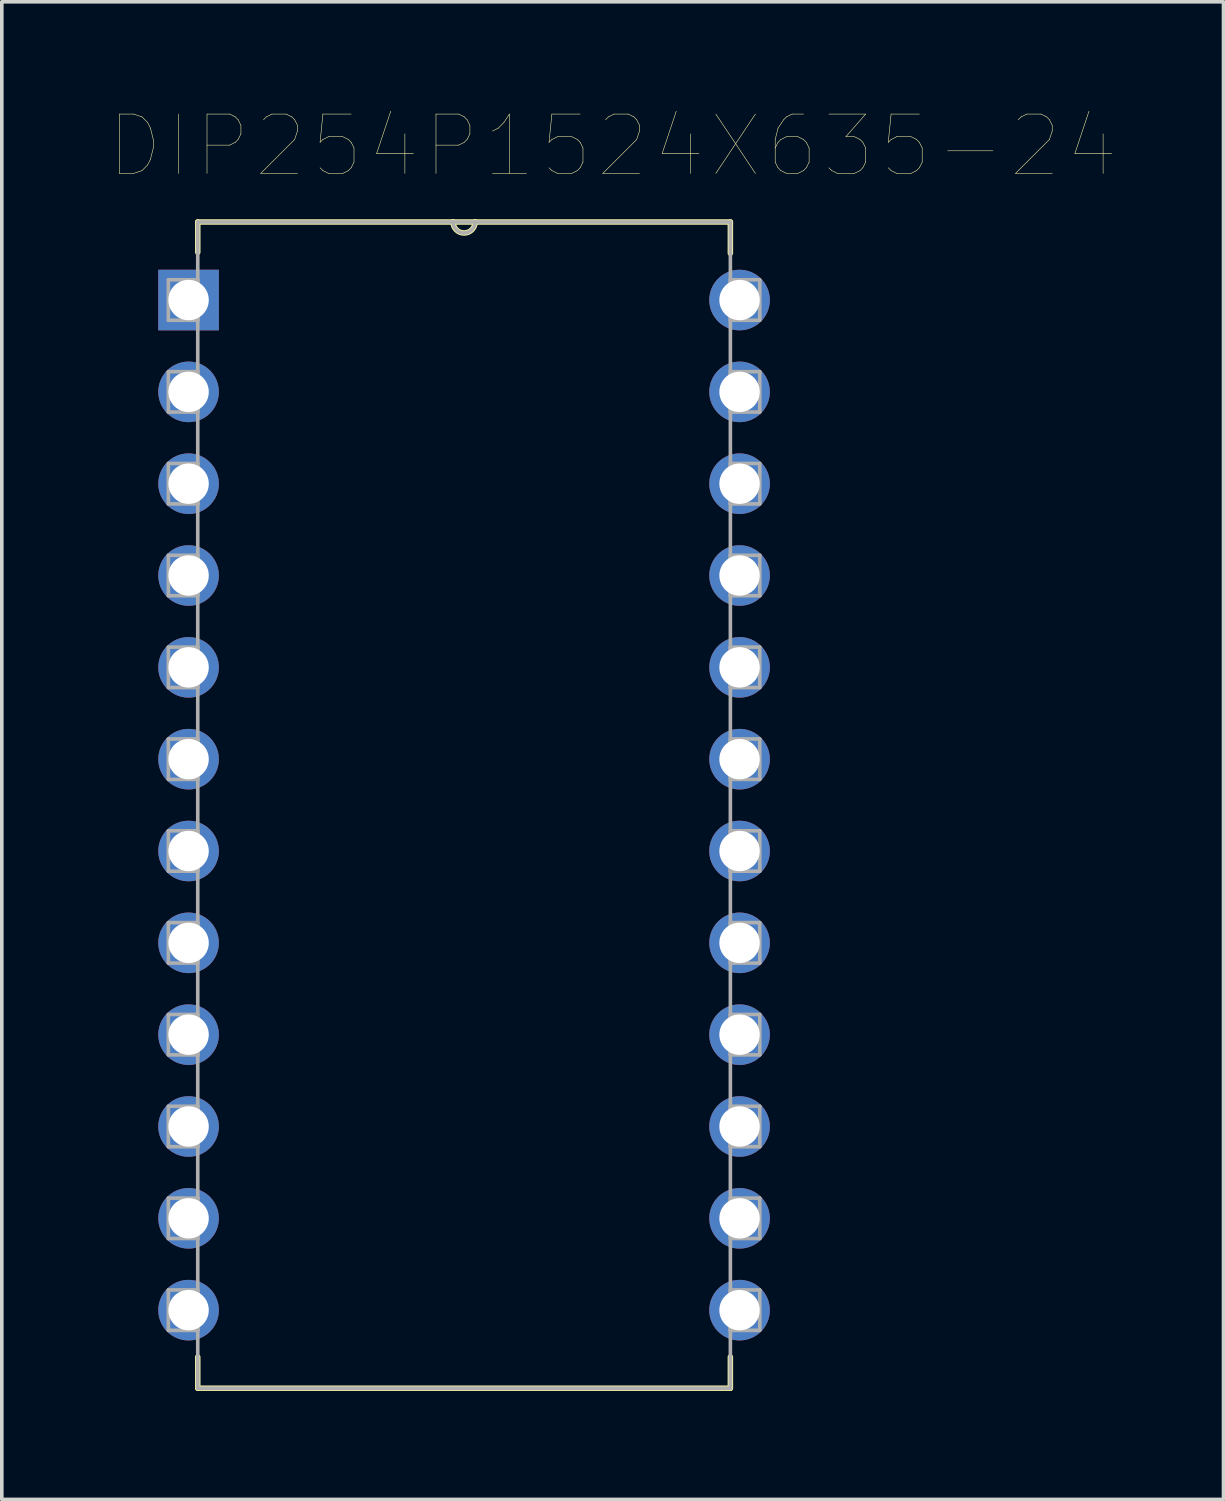
<source format=kicad_pcb>
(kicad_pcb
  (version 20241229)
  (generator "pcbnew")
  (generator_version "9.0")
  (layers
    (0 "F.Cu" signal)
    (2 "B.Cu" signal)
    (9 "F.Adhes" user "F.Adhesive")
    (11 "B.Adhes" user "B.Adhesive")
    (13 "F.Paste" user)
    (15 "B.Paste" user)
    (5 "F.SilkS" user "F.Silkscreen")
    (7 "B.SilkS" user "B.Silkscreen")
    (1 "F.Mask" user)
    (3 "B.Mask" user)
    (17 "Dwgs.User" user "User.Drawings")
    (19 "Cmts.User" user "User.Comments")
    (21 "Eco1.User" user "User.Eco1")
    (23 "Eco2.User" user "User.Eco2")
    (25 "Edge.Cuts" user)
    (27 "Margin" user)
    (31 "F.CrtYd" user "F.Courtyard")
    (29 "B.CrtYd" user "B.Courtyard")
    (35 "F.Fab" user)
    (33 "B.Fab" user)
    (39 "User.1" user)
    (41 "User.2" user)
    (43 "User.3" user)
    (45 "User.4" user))
  (footprint "DIP254P1524X635-24"
    (layer "F.Cu")
    (at 17.406 33.189)
    (property "Reference" "DIP254P1524X635-24" (at -3.51 -32.201 0) (layer "F.SilkS") (effects (font (size 1.642 1.642) (thickness 0.015))))
    (attr through_hole)
    (fp_line (start -14.986 -30.099) (end -14.986 -29.261) (stroke (width 0.152) (type solid)) (layer "F.SilkS"))
    (fp_line (start -14.986 1.295) (end -14.986 2.159) (stroke (width 0.152) (type solid)) (layer "F.SilkS"))
    (fp_line (start -14.986 2.159) (end -0.254 2.159) (stroke (width 0.152) (type solid)) (layer "F.SilkS"))
    (fp_line (start -7.925 -30.099) (end -14.986 -30.099) (stroke (width 0.152) (type solid)) (layer "F.SilkS"))
    (fp_line (start -7.315 -30.099) (end -7.925 -30.099) (stroke (width 0.152) (type solid)) (layer "F.SilkS"))
    (fp_line (start -0.254 -30.099) (end -7.315 -30.099) (stroke (width 0.152) (type solid)) (layer "F.SilkS"))
    (fp_line (start -0.254 -29.235) (end -0.254 -30.099) (stroke (width 0.152) (type solid)) (layer "F.SilkS"))
    (fp_line (start -0.254 2.159) (end -0.254 1.295) (stroke (width 0.152) (type solid)) (layer "F.SilkS"))
    (fp_arc (start -7.3152 -30.099) (mid -7.62 -29.7942) (end -7.9248 -30.099) (stroke (width 0.1524) (type solid)) (layer "F.SilkS"))
    (fp_line (start -15.799 -28.499) (end -15.799 -27.381) (stroke (width 0.1) (type solid)) (layer "F.Fab"))
    (fp_line (start -15.799 -27.381) (end -14.986 -27.381) (stroke (width 0.1) (type solid)) (layer "F.Fab"))
    (fp_line (start -15.799 -25.959) (end -15.799 -24.841) (stroke (width 0.1) (type solid)) (layer "F.Fab"))
    (fp_line (start -15.799 -24.841) (end -14.986 -24.841) (stroke (width 0.1) (type solid)) (layer "F.Fab"))
    (fp_line (start -15.799 -23.419) (end -15.799 -22.301) (stroke (width 0.1) (type solid)) (layer "F.Fab"))
    (fp_line (start -15.799 -22.301) (end -14.986 -22.301) (stroke (width 0.1) (type solid)) (layer "F.Fab"))
    (fp_line (start -15.799 -20.879) (end -15.799 -19.761) (stroke (width 0.1) (type solid)) (layer "F.Fab"))
    (fp_line (start -15.799 -19.761) (end -14.986 -19.761) (stroke (width 0.1) (type solid)) (layer "F.Fab"))
    (fp_line (start -15.799 -18.339) (end -15.799 -17.221) (stroke (width 0.1) (type solid)) (layer "F.Fab"))
    (fp_line (start -15.799 -17.221) (end -14.986 -17.221) (stroke (width 0.1) (type solid)) (layer "F.Fab"))
    (fp_line (start -15.799 -15.799) (end -15.799 -14.681) (stroke (width 0.1) (type solid)) (layer "F.Fab"))
    (fp_line (start -15.799 -14.681) (end -14.986 -14.681) (stroke (width 0.1) (type solid)) (layer "F.Fab"))
    (fp_line (start -15.799 -13.259) (end -15.799 -12.141) (stroke (width 0.1) (type solid)) (layer "F.Fab"))
    (fp_line (start -15.799 -12.141) (end -14.986 -12.141) (stroke (width 0.1) (type solid)) (layer "F.Fab"))
    (fp_line (start -15.799 -10.719) (end -15.799 -9.601) (stroke (width 0.1) (type solid)) (layer "F.Fab"))
    (fp_line (start -15.799 -9.601) (end -14.986 -9.601) (stroke (width 0.1) (type solid)) (layer "F.Fab"))
    (fp_line (start -15.799 -8.179) (end -15.799 -7.061) (stroke (width 0.1) (type solid)) (layer "F.Fab"))
    (fp_line (start -15.799 -7.061) (end -14.986 -7.061) (stroke (width 0.1) (type solid)) (layer "F.Fab"))
    (fp_line (start -15.799 -5.639) (end -15.799 -4.521) (stroke (width 0.1) (type solid)) (layer "F.Fab"))
    (fp_line (start -15.799 -4.521) (end -14.986 -4.521) (stroke (width 0.1) (type solid)) (layer "F.Fab"))
    (fp_line (start -15.799 -3.099) (end -15.799 -1.981) (stroke (width 0.1) (type solid)) (layer "F.Fab"))
    (fp_line (start -15.799 -1.981) (end -14.986 -1.981) (stroke (width 0.1) (type solid)) (layer "F.Fab"))
    (fp_line (start -15.799 -0.559) (end -15.799 0.559) (stroke (width 0.1) (type solid)) (layer "F.Fab"))
    (fp_line (start -15.799 0.559) (end -14.986 0.559) (stroke (width 0.1) (type solid)) (layer "F.Fab"))
    (fp_line (start -14.986 -30.099) (end -14.986 2.159) (stroke (width 0.1) (type solid)) (layer "F.Fab"))
    (fp_line (start -14.986 -28.499) (end -15.799 -28.499) (stroke (width 0.1) (type solid)) (layer "F.Fab"))
    (fp_line (start -14.986 -27.381) (end -14.986 -28.499) (stroke (width 0.1) (type solid)) (layer "F.Fab"))
    (fp_line (start -14.986 -25.959) (end -15.799 -25.959) (stroke (width 0.1) (type solid)) (layer "F.Fab"))
    (fp_line (start -14.986 -24.841) (end -14.986 -25.959) (stroke (width 0.1) (type solid)) (layer "F.Fab"))
    (fp_line (start -14.986 -23.419) (end -15.799 -23.419) (stroke (width 0.1) (type solid)) (layer "F.Fab"))
    (fp_line (start -14.986 -22.301) (end -14.986 -23.419) (stroke (width 0.1) (type solid)) (layer "F.Fab"))
    (fp_line (start -14.986 -20.879) (end -15.799 -20.879) (stroke (width 0.1) (type solid)) (layer "F.Fab"))
    (fp_line (start -14.986 -19.761) (end -14.986 -20.879) (stroke (width 0.1) (type solid)) (layer "F.Fab"))
    (fp_line (start -14.986 -18.339) (end -15.799 -18.339) (stroke (width 0.1) (type solid)) (layer "F.Fab"))
    (fp_line (start -14.986 -17.221) (end -14.986 -18.339) (stroke (width 0.1) (type solid)) (layer "F.Fab"))
    (fp_line (start -14.986 -15.799) (end -15.799 -15.799) (stroke (width 0.1) (type solid)) (layer "F.Fab"))
    (fp_line (start -14.986 -14.681) (end -14.986 -15.799) (stroke (width 0.1) (type solid)) (layer "F.Fab"))
    (fp_line (start -14.986 -13.259) (end -15.799 -13.259) (stroke (width 0.1) (type solid)) (layer "F.Fab"))
    (fp_line (start -14.986 -12.141) (end -14.986 -13.259) (stroke (width 0.1) (type solid)) (layer "F.Fab"))
    (fp_line (start -14.986 -10.719) (end -15.799 -10.719) (stroke (width 0.1) (type solid)) (layer "F.Fab"))
    (fp_line (start -14.986 -9.601) (end -14.986 -10.719) (stroke (width 0.1) (type solid)) (layer "F.Fab"))
    (fp_line (start -14.986 -8.179) (end -15.799 -8.179) (stroke (width 0.1) (type solid)) (layer "F.Fab"))
    (fp_line (start -14.986 -7.061) (end -14.986 -8.179) (stroke (width 0.1) (type solid)) (layer "F.Fab"))
    (fp_line (start -14.986 -5.639) (end -15.799 -5.639) (stroke (width 0.1) (type solid)) (layer "F.Fab"))
    (fp_line (start -14.986 -4.521) (end -14.986 -5.639) (stroke (width 0.1) (type solid)) (layer "F.Fab"))
    (fp_line (start -14.986 -3.099) (end -15.799 -3.099) (stroke (width 0.1) (type solid)) (layer "F.Fab"))
    (fp_line (start -14.986 -1.981) (end -14.986 -3.099) (stroke (width 0.1) (type solid)) (layer "F.Fab"))
    (fp_line (start -14.986 -0.559) (end -15.799 -0.559) (stroke (width 0.1) (type solid)) (layer "F.Fab"))
    (fp_line (start -14.986 0.559) (end -14.986 -0.559) (stroke (width 0.1) (type solid)) (layer "F.Fab"))
    (fp_line (start -14.986 2.159) (end -0.254 2.159) (stroke (width 0.1) (type solid)) (layer "F.Fab"))
    (fp_line (start -7.925 -30.099) (end -14.986 -30.099) (stroke (width 0.1) (type solid)) (layer "F.Fab"))
    (fp_line (start -7.315 -30.099) (end -7.925 -30.099) (stroke (width 0.1) (type solid)) (layer "F.Fab"))
    (fp_line (start -0.254 -30.099) (end -7.315 -30.099) (stroke (width 0.1) (type solid)) (layer "F.Fab"))
    (fp_line (start -0.254 -28.499) (end -0.254 -27.381) (stroke (width 0.1) (type solid)) (layer "F.Fab"))
    (fp_line (start -0.254 -27.381) (end 0.559 -27.381) (stroke (width 0.1) (type solid)) (layer "F.Fab"))
    (fp_line (start -0.254 -25.959) (end -0.254 -24.841) (stroke (width 0.1) (type solid)) (layer "F.Fab"))
    (fp_line (start -0.254 -24.841) (end 0.559 -24.841) (stroke (width 0.1) (type solid)) (layer "F.Fab"))
    (fp_line (start -0.254 -23.419) (end -0.254 -22.301) (stroke (width 0.1) (type solid)) (layer "F.Fab"))
    (fp_line (start -0.254 -22.301) (end 0.559 -22.301) (stroke (width 0.1) (type solid)) (layer "F.Fab"))
    (fp_line (start -0.254 -20.879) (end -0.254 -19.761) (stroke (width 0.1) (type solid)) (layer "F.Fab"))
    (fp_line (start -0.254 -19.761) (end 0.559 -19.761) (stroke (width 0.1) (type solid)) (layer "F.Fab"))
    (fp_line (start -0.254 -18.339) (end -0.254 -17.221) (stroke (width 0.1) (type solid)) (layer "F.Fab"))
    (fp_line (start -0.254 -17.221) (end 0.559 -17.221) (stroke (width 0.1) (type solid)) (layer "F.Fab"))
    (fp_line (start -0.254 -15.799) (end -0.254 -14.681) (stroke (width 0.1) (type solid)) (layer "F.Fab"))
    (fp_line (start -0.254 -14.681) (end 0.559 -14.681) (stroke (width 0.1) (type solid)) (layer "F.Fab"))
    (fp_line (start -0.254 -13.259) (end -0.254 -12.141) (stroke (width 0.1) (type solid)) (layer "F.Fab"))
    (fp_line (start -0.254 -12.141) (end 0.559 -12.141) (stroke (width 0.1) (type solid)) (layer "F.Fab"))
    (fp_line (start -0.254 -10.719) (end -0.254 -9.601) (stroke (width 0.1) (type solid)) (layer "F.Fab"))
    (fp_line (start -0.254 -9.601) (end 0.559 -9.601) (stroke (width 0.1) (type solid)) (layer "F.Fab"))
    (fp_line (start -0.254 -8.179) (end -0.254 -7.061) (stroke (width 0.1) (type solid)) (layer "F.Fab"))
    (fp_line (start -0.254 -7.061) (end 0.559 -7.061) (stroke (width 0.1) (type solid)) (layer "F.Fab"))
    (fp_line (start -0.254 -5.639) (end -0.254 -4.521) (stroke (width 0.1) (type solid)) (layer "F.Fab"))
    (fp_line (start -0.254 -4.521) (end 0.559 -4.521) (stroke (width 0.1) (type solid)) (layer "F.Fab"))
    (fp_line (start -0.254 -3.099) (end -0.254 -1.981) (stroke (width 0.1) (type solid)) (layer "F.Fab"))
    (fp_line (start -0.254 -1.981) (end 0.559 -1.981) (stroke (width 0.1) (type solid)) (layer "F.Fab"))
    (fp_line (start -0.254 -0.559) (end -0.254 0.559) (stroke (width 0.1) (type solid)) (layer "F.Fab"))
    (fp_line (start -0.254 0.559) (end 0.559 0.559) (stroke (width 0.1) (type solid)) (layer "F.Fab"))
    (fp_line (start -0.254 2.159) (end -0.254 -30.099) (stroke (width 0.1) (type solid)) (layer "F.Fab"))
    (fp_line (start 0.559 -28.499) (end -0.254 -28.499) (stroke (width 0.1) (type solid)) (layer "F.Fab"))
    (fp_line (start 0.559 -27.381) (end 0.559 -28.499) (stroke (width 0.1) (type solid)) (layer "F.Fab"))
    (fp_line (start 0.559 -25.959) (end -0.254 -25.959) (stroke (width 0.1) (type solid)) (layer "F.Fab"))
    (fp_line (start 0.559 -24.841) (end 0.559 -25.959) (stroke (width 0.1) (type solid)) (layer "F.Fab"))
    (fp_line (start 0.559 -23.419) (end -0.254 -23.419) (stroke (width 0.1) (type solid)) (layer "F.Fab"))
    (fp_line (start 0.559 -22.301) (end 0.559 -23.419) (stroke (width 0.1) (type solid)) (layer "F.Fab"))
    (fp_line (start 0.559 -20.879) (end -0.254 -20.879) (stroke (width 0.1) (type solid)) (layer "F.Fab"))
    (fp_line (start 0.559 -19.761) (end 0.559 -20.879) (stroke (width 0.1) (type solid)) (layer "F.Fab"))
    (fp_line (start 0.559 -18.339) (end -0.254 -18.339) (stroke (width 0.1) (type solid)) (layer "F.Fab"))
    (fp_line (start 0.559 -17.221) (end 0.559 -18.339) (stroke (width 0.1) (type solid)) (layer "F.Fab"))
    (fp_line (start 0.559 -15.799) (end -0.254 -15.799) (stroke (width 0.1) (type solid)) (layer "F.Fab"))
    (fp_line (start 0.559 -14.681) (end 0.559 -15.799) (stroke (width 0.1) (type solid)) (layer "F.Fab"))
    (fp_line (start 0.559 -13.259) (end -0.254 -13.259) (stroke (width 0.1) (type solid)) (layer "F.Fab"))
    (fp_line (start 0.559 -12.141) (end 0.559 -13.259) (stroke (width 0.1) (type solid)) (layer "F.Fab"))
    (fp_line (start 0.559 -10.719) (end -0.254 -10.719) (stroke (width 0.1) (type solid)) (layer "F.Fab"))
    (fp_line (start 0.559 -9.601) (end 0.559 -10.719) (stroke (width 0.1) (type solid)) (layer "F.Fab"))
    (fp_line (start 0.559 -8.179) (end -0.254 -8.179) (stroke (width 0.1) (type solid)) (layer "F.Fab"))
    (fp_line (start 0.559 -7.061) (end 0.559 -8.179) (stroke (width 0.1) (type solid)) (layer "F.Fab"))
    (fp_line (start 0.559 -5.639) (end -0.254 -5.639) (stroke (width 0.1) (type solid)) (layer "F.Fab"))
    (fp_line (start 0.559 -4.521) (end 0.559 -5.639) (stroke (width 0.1) (type solid)) (layer "F.Fab"))
    (fp_line (start 0.559 -3.099) (end -0.254 -3.099) (stroke (width 0.1) (type solid)) (layer "F.Fab"))
    (fp_line (start 0.559 -1.981) (end 0.559 -3.099) (stroke (width 0.1) (type solid)) (layer "F.Fab"))
    (fp_line (start 0.559 -0.559) (end -0.254 -0.559) (stroke (width 0.1) (type solid)) (layer "F.Fab"))
    (fp_line (start 0.559 0.559) (end 0.559 -0.559) (stroke (width 0.1) (type solid)) (layer "F.Fab"))
    (fp_arc (start -7.3152 -30.099) (mid -7.62 -29.7942) (end -7.9248 -30.099) (stroke (width 0.1) (type solid)) (layer "F.Fab"))
    (pad "1" thru_hole rect (at -15.24 -27.94) (size 1.676 1.676) (drill 1.118) (layers "*.Cu" "*.Mask"))
    (pad "2" thru_hole circle (at -15.24 -25.4) (size 1.676 1.676) (drill 1.118) (layers "*.Cu" "*.Mask"))
    (pad "3" thru_hole circle (at -15.24 -22.86) (size 1.676 1.676) (drill 1.118) (layers "*.Cu" "*.Mask"))
    (pad "4" thru_hole circle (at -15.24 -20.32) (size 1.676 1.676) (drill 1.118) (layers "*.Cu" "*.Mask"))
    (pad "5" thru_hole circle (at -15.24 -17.78) (size 1.676 1.676) (drill 1.118) (layers "*.Cu" "*.Mask"))
    (pad "6" thru_hole circle (at -15.24 -15.24) (size 1.676 1.676) (drill 1.118) (layers "*.Cu" "*.Mask"))
    (pad "7" thru_hole circle (at -15.24 -12.7) (size 1.676 1.676) (drill 1.118) (layers "*.Cu" "*.Mask"))
    (pad "8" thru_hole circle (at -15.24 -10.16) (size 1.676 1.676) (drill 1.118) (layers "*.Cu" "*.Mask"))
    (pad "9" thru_hole circle (at -15.24 -7.62) (size 1.676 1.676) (drill 1.118) (layers "*.Cu" "*.Mask"))
    (pad "10" thru_hole circle (at -15.24 -5.08) (size 1.676 1.676) (drill 1.118) (layers "*.Cu" "*.Mask"))
    (pad "11" thru_hole circle (at -15.24 -2.54) (size 1.676 1.676) (drill 1.118) (layers "*.Cu" "*.Mask"))
    (pad "12" thru_hole circle (at -15.24 0) (size 1.676 1.676) (drill 1.118) (layers "*.Cu" "*.Mask"))
    (pad "13" thru_hole circle (at 0 0) (size 1.676 1.676) (drill 1.118) (layers "*.Cu" "*.Mask"))
    (pad "14" thru_hole circle (at 0 -2.54) (size 1.676 1.676) (drill 1.118) (layers "*.Cu" "*.Mask"))
    (pad "15" thru_hole circle (at 0 -5.08) (size 1.676 1.676) (drill 1.118) (layers "*.Cu" "*.Mask"))
    (pad "16" thru_hole circle (at 0 -7.62) (size 1.676 1.676) (drill 1.118) (layers "*.Cu" "*.Mask"))
    (pad "17" thru_hole circle (at 0 -10.16) (size 1.676 1.676) (drill 1.118) (layers "*.Cu" "*.Mask"))
    (pad "18" thru_hole circle (at 0 -12.7) (size 1.676 1.676) (drill 1.118) (layers "*.Cu" "*.Mask"))
    (pad "19" thru_hole circle (at 0 -15.24) (size 1.676 1.676) (drill 1.118) (layers "*.Cu" "*.Mask"))
    (pad "20" thru_hole circle (at 0 -17.78) (size 1.676 1.676) (drill 1.118) (layers "*.Cu" "*.Mask"))
    (pad "21" thru_hole circle (at 0 -20.32) (size 1.676 1.676) (drill 1.118) (layers "*.Cu" "*.Mask"))
    (pad "22" thru_hole circle (at 0 -22.86) (size 1.676 1.676) (drill 1.118) (layers "*.Cu" "*.Mask"))
    (pad "23" thru_hole circle (at 0 -25.4) (size 1.676 1.676) (drill 1.118) (layers "*.Cu" "*.Mask"))
    (pad "24" thru_hole circle (at 0 -27.94) (size 1.676 1.676) (drill 1.118) (layers "*.Cu" "*.Mask")))
  (gr_rect
    (start -3 -3)
    (end 30.792 38.424)
    (stroke (width 0.1) (type default))
    (fill no)
    (layer "Edge.Cuts")))
</source>
